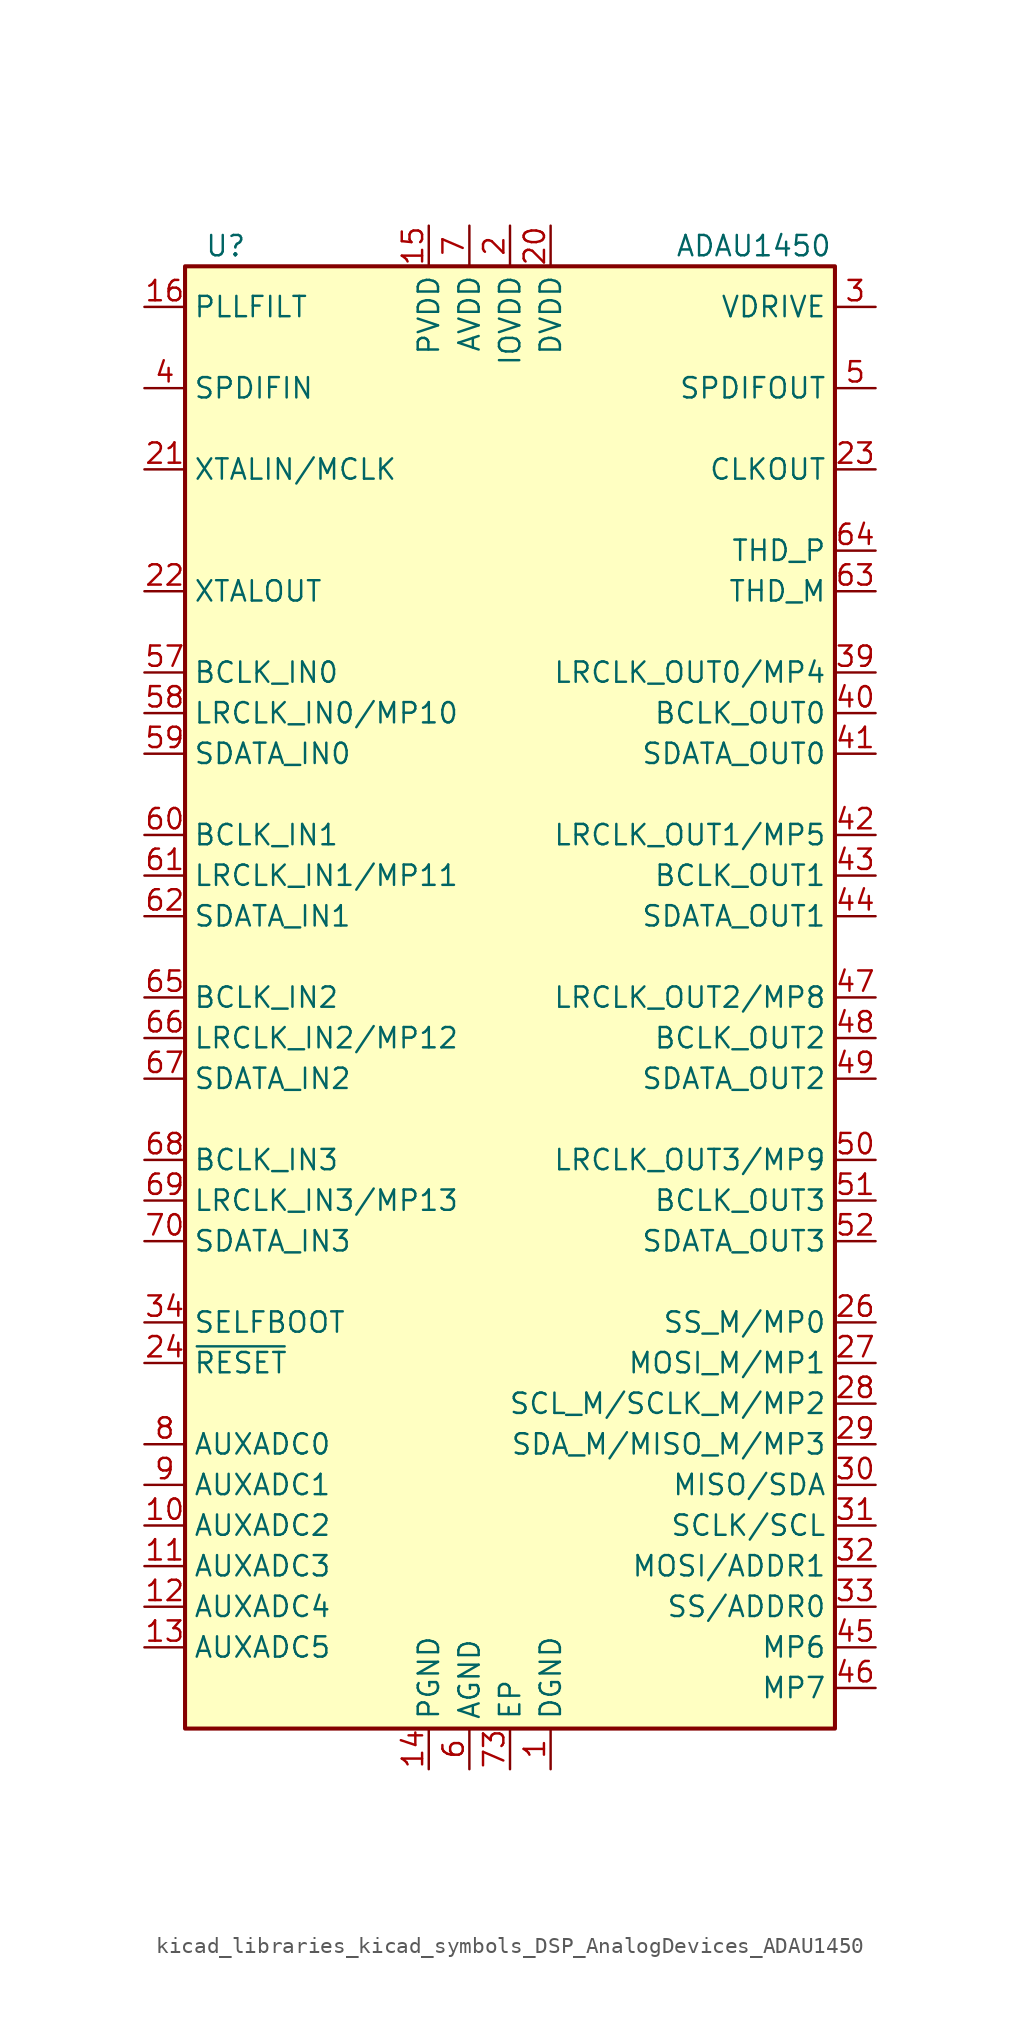
<source format=kicad_sym>
(kicad_symbol_lib
  (version 20220914)
  (generator kicad_symbol_editor)
  (symbol "kicad_libraries_kicad_symbols_DSP_AnalogDevices_ADAU1450"
    (property "Reference" "U"
      (at -17.78 46.99 0)
      (effects (font (size 1.27 1.27))))
    (property "Value" "ADAU1450"
      (at 15.24 46.99 0)
      (effects (font (size 1.27 1.27))))
    (symbol "kicad_libraries_kicad_symbols_DSP_AnalogDevices_ADAU1450_0_1"
      (rectangle (start -20.32 45.72) (end 20.32 -45.72) (stroke (width 0.254) (type default)) (fill (type background))))
    (symbol "kicad_libraries_kicad_symbols_DSP_AnalogDevices_ADAU1450_1_1"
      (pin power_in line (at 2.54 -48.26 90) (length 2.54) (name "DGND" (effects (font (size 1.27 1.27)))) (number "1" (effects (font (size 1.27 1.27)))))
      (pin input line (at -22.86 -33.02 0) (length 2.54) (name "AUXADC2" (effects (font (size 1.27 1.27)))) (number "10" (effects (font (size 1.27 1.27)))))
      (pin input line (at -22.86 -35.56 0) (length 2.54) (name "AUXADC3" (effects (font (size 1.27 1.27)))) (number "11" (effects (font (size 1.27 1.27)))))
      (pin input line (at -22.86 -38.1 0) (length 2.54) (name "AUXADC4" (effects (font (size 1.27 1.27)))) (number "12" (effects (font (size 1.27 1.27)))))
      (pin input line (at -22.86 -40.64 0) (length 2.54) (name "AUXADC5" (effects (font (size 1.27 1.27)))) (number "13" (effects (font (size 1.27 1.27)))))
      (pin power_in line (at -5.08 -48.26 90) (length 2.54) (name "PGND" (effects (font (size 1.27 1.27)))) (number "14" (effects (font (size 1.27 1.27)))))
      (pin power_in line (at -5.08 48.26 270) (length 2.54) (name "PVDD" (effects (font (size 1.27 1.27)))) (number "15" (effects (font (size 1.27 1.27)))))
      (pin passive line (at -22.86 43.18 0) (length 2.54) (name "PLLFILT" (effects (font (size 1.27 1.27)))) (number "16" (effects (font (size 1.27 1.27)))))
      (pin passive line (at 2.54 -48.26 90) (length 2.54) hide (name "DGND" (effects (font (size 1.27 1.27)))) (number "17" (effects (font (size 1.27 1.27)))))
      (pin passive line (at 0 48.26 270) (length 2.54) hide (name "IOVDD" (effects (font (size 1.27 1.27)))) (number "18" (effects (font (size 1.27 1.27)))))
      (pin passive line (at 2.54 -48.26 90) (length 2.54) hide (name "DGND" (effects (font (size 1.27 1.27)))) (number "19" (effects (font (size 1.27 1.27)))))
      (pin power_in line (at 0 48.26 270) (length 2.54) (name "IOVDD" (effects (font (size 1.27 1.27)))) (number "2" (effects (font (size 1.27 1.27)))))
      (pin power_in line (at 2.54 48.26 270) (length 2.54) (name "DVDD" (effects (font (size 1.27 1.27)))) (number "20" (effects (font (size 1.27 1.27)))))
      (pin input line (at -22.86 33.02 0) (length 2.54) (name "XTALIN/MCLK" (effects (font (size 1.27 1.27)))) (number "21" (effects (font (size 1.27 1.27)))))
      (pin output line (at -22.86 25.4 0) (length 2.54) (name "XTALOUT" (effects (font (size 1.27 1.27)))) (number "22" (effects (font (size 1.27 1.27)))))
      (pin output line (at 22.86 33.02 180) (length 2.54) (name "CLKOUT" (effects (font (size 1.27 1.27)))) (number "23" (effects (font (size 1.27 1.27)))))
      (pin input line (at -22.86 -22.86 0) (length 2.54) (name "~{RESET}" (effects (font (size 1.27 1.27)))) (number "24" (effects (font (size 1.27 1.27)))))
      (pin passive line (at 2.54 -48.26 90) (length 2.54) hide (name "DGND" (effects (font (size 1.27 1.27)))) (number "25" (effects (font (size 1.27 1.27)))))
      (pin bidirectional line (at 22.86 -20.32 180) (length 2.54) (name "SS_M/MP0" (effects (font (size 1.27 1.27)))) (number "26" (effects (font (size 1.27 1.27)))))
      (pin bidirectional line (at 22.86 -22.86 180) (length 2.54) (name "MOSI_M/MP1" (effects (font (size 1.27 1.27)))) (number "27" (effects (font (size 1.27 1.27)))))
      (pin bidirectional line (at 22.86 -25.4 180) (length 2.54) (name "SCL_M/SCLK_M/MP2" (effects (font (size 1.27 1.27)))) (number "28" (effects (font (size 1.27 1.27)))))
      (pin bidirectional line (at 22.86 -27.94 180) (length 2.54) (name "SDA_M/MISO_M/MP3" (effects (font (size 1.27 1.27)))) (number "29" (effects (font (size 1.27 1.27)))))
      (pin output line (at 22.86 43.18 180) (length 2.54) (name "VDRIVE" (effects (font (size 1.27 1.27)))) (number "3" (effects (font (size 1.27 1.27)))))
      (pin bidirectional line (at 22.86 -30.48 180) (length 2.54) (name "MISO/SDA" (effects (font (size 1.27 1.27)))) (number "30" (effects (font (size 1.27 1.27)))))
      (pin input line (at 22.86 -33.02 180) (length 2.54) (name "SCLK/SCL" (effects (font (size 1.27 1.27)))) (number "31" (effects (font (size 1.27 1.27)))))
      (pin input line (at 22.86 -35.56 180) (length 2.54) (name "MOSI/ADDR1" (effects (font (size 1.27 1.27)))) (number "32" (effects (font (size 1.27 1.27)))))
      (pin input line (at 22.86 -38.1 180) (length 2.54) (name "SS/ADDR0" (effects (font (size 1.27 1.27)))) (number "33" (effects (font (size 1.27 1.27)))))
      (pin input line (at -22.86 -20.32 0) (length 2.54) (name "SELFBOOT" (effects (font (size 1.27 1.27)))) (number "34" (effects (font (size 1.27 1.27)))))
      (pin passive line (at 2.54 48.26 270) (length 2.54) hide (name "DVDD" (effects (font (size 1.27 1.27)))) (number "35" (effects (font (size 1.27 1.27)))))
      (pin passive line (at 2.54 -48.26 90) (length 2.54) hide (name "DGND" (effects (font (size 1.27 1.27)))) (number "36" (effects (font (size 1.27 1.27)))))
      (pin passive line (at 2.54 -48.26 90) (length 2.54) hide (name "DGND" (effects (font (size 1.27 1.27)))) (number "37" (effects (font (size 1.27 1.27)))))
      (pin passive line (at 0 48.26 270) (length 2.54) hide (name "IOVDD" (effects (font (size 1.27 1.27)))) (number "38" (effects (font (size 1.27 1.27)))))
      (pin bidirectional line (at 22.86 20.32 180) (length 2.54) (name "LRCLK_OUT0/MP4" (effects (font (size 1.27 1.27)))) (number "39" (effects (font (size 1.27 1.27)))))
      (pin input line (at -22.86 38.1 0) (length 2.54) (name "SPDIFIN" (effects (font (size 1.27 1.27)))) (number "4" (effects (font (size 1.27 1.27)))))
      (pin bidirectional line (at 22.86 17.78 180) (length 2.54) (name "BCLK_OUT0" (effects (font (size 1.27 1.27)))) (number "40" (effects (font (size 1.27 1.27)))))
      (pin output line (at 22.86 15.24 180) (length 2.54) (name "SDATA_OUT0" (effects (font (size 1.27 1.27)))) (number "41" (effects (font (size 1.27 1.27)))))
      (pin bidirectional line (at 22.86 10.16 180) (length 2.54) (name "LRCLK_OUT1/MP5" (effects (font (size 1.27 1.27)))) (number "42" (effects (font (size 1.27 1.27)))))
      (pin bidirectional line (at 22.86 7.62 180) (length 2.54) (name "BCLK_OUT1" (effects (font (size 1.27 1.27)))) (number "43" (effects (font (size 1.27 1.27)))))
      (pin output line (at 22.86 5.08 180) (length 2.54) (name "SDATA_OUT1" (effects (font (size 1.27 1.27)))) (number "44" (effects (font (size 1.27 1.27)))))
      (pin bidirectional line (at 22.86 -40.64 180) (length 2.54) (name "MP6" (effects (font (size 1.27 1.27)))) (number "45" (effects (font (size 1.27 1.27)))))
      (pin bidirectional line (at 22.86 -43.18 180) (length 2.54) (name "MP7" (effects (font (size 1.27 1.27)))) (number "46" (effects (font (size 1.27 1.27)))))
      (pin bidirectional line (at 22.86 0 180) (length 2.54) (name "LRCLK_OUT2/MP8" (effects (font (size 1.27 1.27)))) (number "47" (effects (font (size 1.27 1.27)))))
      (pin bidirectional line (at 22.86 -2.54 180) (length 2.54) (name "BCLK_OUT2" (effects (font (size 1.27 1.27)))) (number "48" (effects (font (size 1.27 1.27)))))
      (pin output line (at 22.86 -5.08 180) (length 2.54) (name "SDATA_OUT2" (effects (font (size 1.27 1.27)))) (number "49" (effects (font (size 1.27 1.27)))))
      (pin output line (at 22.86 38.1 180) (length 2.54) (name "SPDIFOUT" (effects (font (size 1.27 1.27)))) (number "5" (effects (font (size 1.27 1.27)))))
      (pin bidirectional line (at 22.86 -10.16 180) (length 2.54) (name "LRCLK_OUT3/MP9" (effects (font (size 1.27 1.27)))) (number "50" (effects (font (size 1.27 1.27)))))
      (pin bidirectional line (at 22.86 -12.7 180) (length 2.54) (name "BCLK_OUT3" (effects (font (size 1.27 1.27)))) (number "51" (effects (font (size 1.27 1.27)))))
      (pin output line (at 22.86 -15.24 180) (length 2.54) (name "SDATA_OUT3" (effects (font (size 1.27 1.27)))) (number "52" (effects (font (size 1.27 1.27)))))
      (pin passive line (at 2.54 48.26 270) (length 2.54) hide (name "DVDD" (effects (font (size 1.27 1.27)))) (number "53" (effects (font (size 1.27 1.27)))))
      (pin passive line (at 2.54 -48.26 90) (length 2.54) hide (name "DGND" (effects (font (size 1.27 1.27)))) (number "54" (effects (font (size 1.27 1.27)))))
      (pin passive line (at 2.54 -48.26 90) (length 2.54) hide (name "DGND" (effects (font (size 1.27 1.27)))) (number "55" (effects (font (size 1.27 1.27)))))
      (pin passive line (at 0 48.26 270) (length 2.54) hide (name "IOVDD" (effects (font (size 1.27 1.27)))) (number "56" (effects (font (size 1.27 1.27)))))
      (pin bidirectional line (at -22.86 20.32 0) (length 2.54) (name "BCLK_IN0" (effects (font (size 1.27 1.27)))) (number "57" (effects (font (size 1.27 1.27)))))
      (pin bidirectional line (at -22.86 17.78 0) (length 2.54) (name "LRCLK_IN0/MP10" (effects (font (size 1.27 1.27)))) (number "58" (effects (font (size 1.27 1.27)))))
      (pin input line (at -22.86 15.24 0) (length 2.54) (name "SDATA_IN0" (effects (font (size 1.27 1.27)))) (number "59" (effects (font (size 1.27 1.27)))))
      (pin power_in line (at -2.54 -48.26 90) (length 2.54) (name "AGND" (effects (font (size 1.27 1.27)))) (number "6" (effects (font (size 1.27 1.27)))))
      (pin bidirectional line (at -22.86 10.16 0) (length 2.54) (name "BCLK_IN1" (effects (font (size 1.27 1.27)))) (number "60" (effects (font (size 1.27 1.27)))))
      (pin bidirectional line (at -22.86 7.62 0) (length 2.54) (name "LRCLK_IN1/MP11" (effects (font (size 1.27 1.27)))) (number "61" (effects (font (size 1.27 1.27)))))
      (pin input line (at -22.86 5.08 0) (length 2.54) (name "SDATA_IN1" (effects (font (size 1.27 1.27)))) (number "62" (effects (font (size 1.27 1.27)))))
      (pin passive line (at 22.86 25.4 180) (length 2.54) (name "THD_M" (effects (font (size 1.27 1.27)))) (number "63" (effects (font (size 1.27 1.27)))))
      (pin passive line (at 22.86 27.94 180) (length 2.54) (name "THD_P" (effects (font (size 1.27 1.27)))) (number "64" (effects (font (size 1.27 1.27)))))
      (pin bidirectional line (at -22.86 0 0) (length 2.54) (name "BCLK_IN2" (effects (font (size 1.27 1.27)))) (number "65" (effects (font (size 1.27 1.27)))))
      (pin bidirectional line (at -22.86 -2.54 0) (length 2.54) (name "LRCLK_IN2/MP12" (effects (font (size 1.27 1.27)))) (number "66" (effects (font (size 1.27 1.27)))))
      (pin input line (at -22.86 -5.08 0) (length 2.54) (name "SDATA_IN2" (effects (font (size 1.27 1.27)))) (number "67" (effects (font (size 1.27 1.27)))))
      (pin bidirectional line (at -22.86 -10.16 0) (length 2.54) (name "BCLK_IN3" (effects (font (size 1.27 1.27)))) (number "68" (effects (font (size 1.27 1.27)))))
      (pin bidirectional line (at -22.86 -12.7 0) (length 2.54) (name "LRCLK_IN3/MP13" (effects (font (size 1.27 1.27)))) (number "69" (effects (font (size 1.27 1.27)))))
      (pin power_in line (at -2.54 48.26 270) (length 2.54) (name "AVDD" (effects (font (size 1.27 1.27)))) (number "7" (effects (font (size 1.27 1.27)))))
      (pin input line (at -22.86 -15.24 0) (length 2.54) (name "SDATA_IN3" (effects (font (size 1.27 1.27)))) (number "70" (effects (font (size 1.27 1.27)))))
      (pin passive line (at 2.54 48.26 270) (length 2.54) hide (name "DVDD" (effects (font (size 1.27 1.27)))) (number "71" (effects (font (size 1.27 1.27)))))
      (pin passive line (at 2.54 -48.26 90) (length 2.54) hide (name "DGND" (effects (font (size 1.27 1.27)))) (number "72" (effects (font (size 1.27 1.27)))))
      (pin power_in line (at 0 -48.26 90) (length 2.54) (name "EP" (effects (font (size 1.27 1.27)))) (number "73" (effects (font (size 1.27 1.27)))))
      (pin input line (at -22.86 -27.94 0) (length 2.54) (name "AUXADC0" (effects (font (size 1.27 1.27)))) (number "8" (effects (font (size 1.27 1.27)))))
      (pin input line (at -22.86 -30.48 0) (length 2.54) (name "AUXADC1" (effects (font (size 1.27 1.27)))) (number "9" (effects (font (size 1.27 1.27))))))))
</source>
